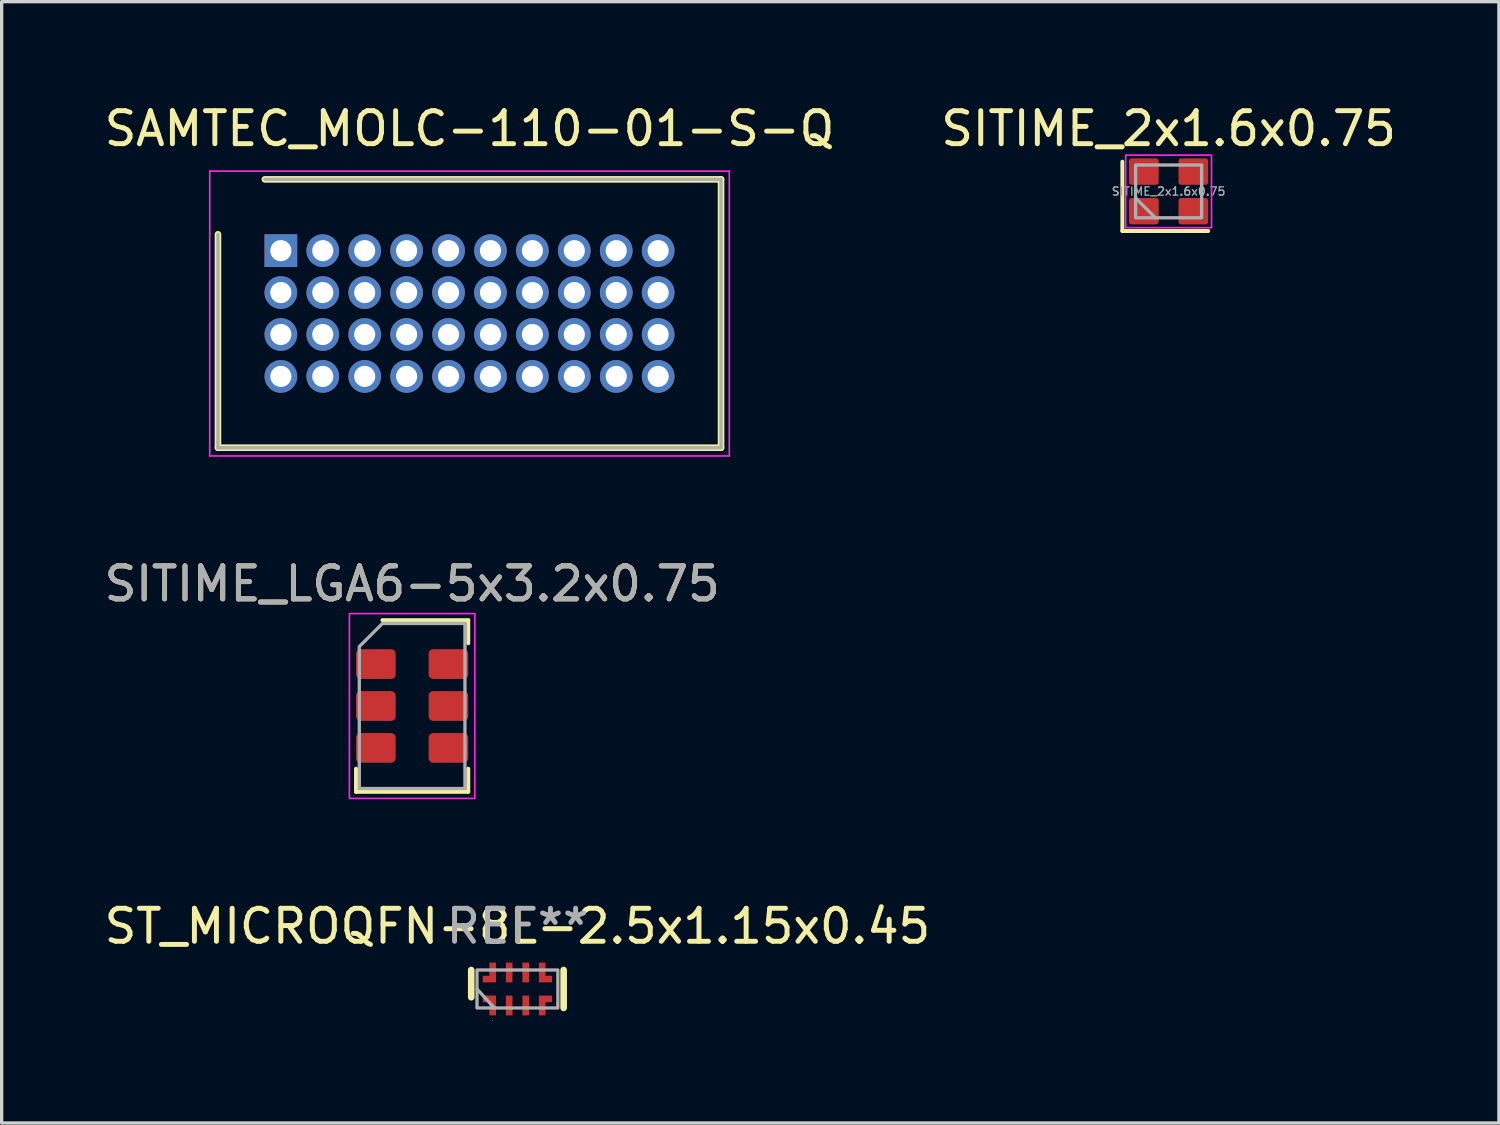
<source format=kicad_pcb>
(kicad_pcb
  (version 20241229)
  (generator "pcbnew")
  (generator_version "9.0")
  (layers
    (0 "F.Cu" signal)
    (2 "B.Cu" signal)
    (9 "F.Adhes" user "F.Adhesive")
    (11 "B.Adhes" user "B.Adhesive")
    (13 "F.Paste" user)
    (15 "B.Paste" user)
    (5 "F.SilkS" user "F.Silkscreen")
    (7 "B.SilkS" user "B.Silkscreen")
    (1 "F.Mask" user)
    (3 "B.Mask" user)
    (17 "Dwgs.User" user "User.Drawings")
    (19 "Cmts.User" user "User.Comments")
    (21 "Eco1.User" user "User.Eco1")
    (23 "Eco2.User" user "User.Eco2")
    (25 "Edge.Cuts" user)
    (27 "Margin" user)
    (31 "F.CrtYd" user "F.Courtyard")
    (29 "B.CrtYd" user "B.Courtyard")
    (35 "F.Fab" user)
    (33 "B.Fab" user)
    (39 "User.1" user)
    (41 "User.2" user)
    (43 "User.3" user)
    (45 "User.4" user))
  (footprint "SAMTEC_MOLC-110-01-S-Q"
    (layer "F.Cu")
    (at 11.173 6.448)
    (property "Reference" "SAMTEC_MOLC-110-01-S-Q" (at 0 -5.6 0) (layer "F.SilkS") (effects (font (size 1 1) (thickness 0.15))))
    (attr through_hole)
    (fp_line (start -7.62 4.065) (end -7.62 -2.4) (stroke (width 0.2) (type solid)) (layer "F.SilkS"))
    (fp_line (start -7.62 4.065) (end 7.62 4.065) (stroke (width 0.2) (type solid)) (layer "F.SilkS"))
    (fp_line (start -6.2 -4.065) (end 7.62 -4.065) (stroke (width 0.2) (type solid)) (layer "F.SilkS"))
    (fp_line (start 7.62 4.065) (end 7.62 -4.065) (stroke (width 0.2) (type solid)) (layer "F.SilkS"))
    (fp_line (start -7.87 -4.315) (end 7.87 -4.315) (stroke (width 0.05) (type solid)) (layer "F.CrtYd"))
    (fp_line (start -7.87 4.315) (end -7.87 -4.315) (stroke (width 0.05) (type solid)) (layer "F.CrtYd"))
    (fp_line (start 7.87 -4.315) (end 7.87 4.315) (stroke (width 0.05) (type solid)) (layer "F.CrtYd"))
    (fp_line (start 7.87 4.315) (end -7.87 4.315) (stroke (width 0.05) (type solid)) (layer "F.CrtYd"))
    (fp_line (start -7.62 4.065) (end -7.62 -2.4) (stroke (width 0.1) (type solid)) (layer "F.Fab"))
    (fp_line (start -6.2 -4.065) (end 7.62 -4.065) (stroke (width 0.1) (type solid)) (layer "F.Fab"))
    (fp_line (start 7.62 -4.065) (end 7.62 4.065) (stroke (width 0.1) (type solid)) (layer "F.Fab"))
    (fp_line (start 7.62 4.065) (end -7.62 4.065) (stroke (width 0.1) (type solid)) (layer "F.Fab"))
    (pad "A1" thru_hole rect (at -5.715 -1.905) (size 0.99 0.99) (drill 0.64) (layers "*.Cu" "*.Mask"))
    (pad "A2" thru_hole circle (at -4.445 -1.905) (size 0.99 0.99) (drill 0.64) (layers "*.Cu" "*.Mask"))
    (pad "A3" thru_hole circle (at -3.175 -1.905) (size 0.99 0.99) (drill 0.64) (layers "*.Cu" "*.Mask"))
    (pad "A4" thru_hole circle (at -1.905 -1.905) (size 0.99 0.99) (drill 0.64) (layers "*.Cu" "*.Mask"))
    (pad "A5" thru_hole circle (at -0.635 -1.905) (size 0.99 0.99) (drill 0.64) (layers "*.Cu" "*.Mask"))
    (pad "A6" thru_hole circle (at 0.635 -1.905) (size 0.99 0.99) (drill 0.64) (layers "*.Cu" "*.Mask"))
    (pad "A7" thru_hole circle (at 1.905 -1.905) (size 0.99 0.99) (drill 0.64) (layers "*.Cu" "*.Mask"))
    (pad "A8" thru_hole circle (at 3.175 -1.905) (size 0.99 0.99) (drill 0.64) (layers "*.Cu" "*.Mask"))
    (pad "A9" thru_hole circle (at 4.445 -1.905) (size 0.99 0.99) (drill 0.64) (layers "*.Cu" "*.Mask"))
    (pad "A10" thru_hole circle (at 5.715 -1.905) (size 0.99 0.99) (drill 0.64) (layers "*.Cu" "*.Mask"))
    (pad "B1" thru_hole circle (at -5.715 -0.635) (size 0.99 0.99) (drill 0.64) (layers "*.Cu" "*.Mask"))
    (pad "B2" thru_hole circle (at -4.445 -0.635) (size 0.99 0.99) (drill 0.64) (layers "*.Cu" "*.Mask"))
    (pad "B3" thru_hole circle (at -3.175 -0.635) (size 0.99 0.99) (drill 0.64) (layers "*.Cu" "*.Mask"))
    (pad "B4" thru_hole circle (at -1.905 -0.635) (size 0.99 0.99) (drill 0.64) (layers "*.Cu" "*.Mask"))
    (pad "B5" thru_hole circle (at -0.635 -0.635) (size 0.99 0.99) (drill 0.64) (layers "*.Cu" "*.Mask"))
    (pad "B6" thru_hole circle (at 0.635 -0.635) (size 0.99 0.99) (drill 0.64) (layers "*.Cu" "*.Mask"))
    (pad "B7" thru_hole circle (at 1.905 -0.635) (size 0.99 0.99) (drill 0.64) (layers "*.Cu" "*.Mask"))
    (pad "B8" thru_hole circle (at 3.175 -0.635) (size 0.99 0.99) (drill 0.64) (layers "*.Cu" "*.Mask"))
    (pad "B9" thru_hole circle (at 4.445 -0.635) (size 0.99 0.99) (drill 0.64) (layers "*.Cu" "*.Mask"))
    (pad "B10" thru_hole circle (at 5.715 -0.635) (size 0.99 0.99) (drill 0.64) (layers "*.Cu" "*.Mask"))
    (pad "C1" thru_hole circle (at -5.715 0.635) (size 0.99 0.99) (drill 0.64) (layers "*.Cu" "*.Mask"))
    (pad "C2" thru_hole circle (at -4.445 0.635) (size 0.99 0.99) (drill 0.64) (layers "*.Cu" "*.Mask"))
    (pad "C3" thru_hole circle (at -3.175 0.635) (size 0.99 0.99) (drill 0.64) (layers "*.Cu" "*.Mask"))
    (pad "C4" thru_hole circle (at -1.905 0.635) (size 0.99 0.99) (drill 0.64) (layers "*.Cu" "*.Mask"))
    (pad "C5" thru_hole circle (at -0.635 0.635) (size 0.99 0.99) (drill 0.64) (layers "*.Cu" "*.Mask"))
    (pad "C6" thru_hole circle (at 0.635 0.635) (size 0.99 0.99) (drill 0.64) (layers "*.Cu" "*.Mask"))
    (pad "C7" thru_hole circle (at 1.905 0.635) (size 0.99 0.99) (drill 0.64) (layers "*.Cu" "*.Mask"))
    (pad "C8" thru_hole circle (at 3.175 0.635) (size 0.99 0.99) (drill 0.64) (layers "*.Cu" "*.Mask"))
    (pad "C9" thru_hole circle (at 4.445 0.635) (size 0.99 0.99) (drill 0.64) (layers "*.Cu" "*.Mask"))
    (pad "C10" thru_hole circle (at 5.715 0.635) (size 0.99 0.99) (drill 0.64) (layers "*.Cu" "*.Mask"))
    (pad "D1" thru_hole circle (at -5.715 1.905) (size 0.99 0.99) (drill 0.64) (layers "*.Cu" "*.Mask"))
    (pad "D2" thru_hole circle (at -4.445 1.905) (size 0.99 0.99) (drill 0.64) (layers "*.Cu" "*.Mask"))
    (pad "D3" thru_hole circle (at -3.175 1.905) (size 0.99 0.99) (drill 0.64) (layers "*.Cu" "*.Mask"))
    (pad "D4" thru_hole circle (at -1.905 1.905) (size 0.99 0.99) (drill 0.64) (layers "*.Cu" "*.Mask"))
    (pad "D5" thru_hole circle (at -0.635 1.905) (size 0.99 0.99) (drill 0.64) (layers "*.Cu" "*.Mask"))
    (pad "D6" thru_hole circle (at 0.635 1.905) (size 0.99 0.99) (drill 0.64) (layers "*.Cu" "*.Mask"))
    (pad "D7" thru_hole circle (at 1.905 1.905) (size 0.99 0.99) (drill 0.64) (layers "*.Cu" "*.Mask"))
    (pad "D8" thru_hole circle (at 3.175 1.905) (size 0.99 0.99) (drill 0.64) (layers "*.Cu" "*.Mask"))
    (pad "D9" thru_hole circle (at 4.445 1.905) (size 0.99 0.99) (drill 0.64) (layers "*.Cu" "*.Mask"))
    (pad "D10" thru_hole circle (at 5.715 1.905) (size 0.99 0.99) (drill 0.64) (layers "*.Cu" "*.Mask")))
  (footprint "SITIME_2x1.6x0.75"
    (layer "F.Cu")
    (at 32.351 2.748)
    (property "Reference" "SITIME_2x1.6x0.75" (at 0 -1.9 0) (unlocked yes) (layer "F.SilkS") (effects (font (size 1 1) (thickness 0.15))))
    (attr smd)
    (fp_line (start -1.4 -0.9) (end -1.4 1.2) (stroke (width 0.12) (type solid)) (layer "F.SilkS"))
    (fp_line (start -1.4 1.2) (end 1.2 1.2) (stroke (width 0.12) (type solid)) (layer "F.SilkS"))
    (fp_rect (start -1.3 -1.1) (end 1.3 1.1) (stroke (width 0.05) (type solid)) (fill no) (layer "F.CrtYd"))
    (fp_line (start -1 0.2) (end -0.4 0.8) (stroke (width 0.1) (type solid)) (layer "F.Fab"))
    (fp_rect (start -1 -0.8) (end 1 0.8) (stroke (width 0.1) (type solid)) (fill no) (layer "F.Fab"))
    (fp_text user "${REFERENCE}" (at 0 0 0) (unlocked yes) (layer "F.Fab") (effects (font (size 0.25 0.25) (thickness 0.04))))
    (pad "1" smd roundrect (at -0.75 0.6) (size 0.9 0.8) (layers "F.Cu" "F.Mask" "F.Paste") (roundrect_rratio 0.1))
    (pad "2" smd roundrect (at 0.75 0.6) (size 0.9 0.8) (layers "F.Cu" "F.Mask" "F.Paste") (roundrect_rratio 0.1))
    (pad "3" smd roundrect (at 0.75 -0.6) (size 0.9 0.8) (layers "F.Cu" "F.Mask" "F.Paste") (roundrect_rratio 0.1))
    (pad "4" smd roundrect (at -0.75 -0.6) (size 0.9 0.8) (layers "F.Cu" "F.Mask" "F.Paste") (roundrect_rratio 0.1)))
  (footprint "ST_MICROQFN-8L-2.5x1.15x0.45"
    (layer "F.Cu")
    (at 12.625 26.91)
    (property "Reference" "ST_MICROQFN-8L-2.5x1.15x0.45" (at 0 -1.9 0) (layer "F.SilkS") (effects (font (size 1 1) (thickness 0.15))))
    (attr smd)
    (fp_line (start -1.4 -0.575) (end -1.4 0.25) (stroke (width 0.2) (type solid)) (layer "F.SilkS"))
    (fp_line (start -0.76 0.955) (end -0.76 0.955) (stroke (width 0.01) (type solid)) (layer "F.SilkS"))
    (fp_line (start -0.75 0.955) (end -0.75 0.955) (stroke (width 0.01) (type solid)) (layer "F.SilkS"))
    (fp_line (start 1.4 -0.575) (end 1.4 0.575) (stroke (width 0.2) (type solid)) (layer "F.SilkS"))
    (fp_arc (start -0.76 0.955) (mid -0.755 0.95) (end -0.75 0.955) (stroke (width 0.0102) (type solid)) (layer "F.SilkS"))
    (fp_arc (start -0.75 0.955) (mid -0.755 0.96) (end -0.76 0.955) (stroke (width 0.0102) (type solid)) (layer "F.SilkS"))
    (fp_rect (start -1.6 -1) (end 1.6 1) (stroke (width 0.12) (type solid)) (fill no) (layer "Margin"))
    (fp_line (start -1.225 0) (end -0.7 0.575) (stroke (width 0.1) (type solid)) (layer "F.Fab"))
    (fp_rect (start -1.225 0.575) (end 1.225 -0.575) (stroke (width 0.1) (type solid)) (fill no) (layer "F.Fab"))
    (fp_text user "REF**" (at 0 -1.9 0) (layer "F.Fab") (effects (font (size 1 1) (thickness 0.15))))
    (pad "1" smd custom (at -0.75 0.5) (size 0.2 0.6) (layers "F.Cu" "F.Mask" "F.Paste") (options (anchor rect)) (primitives (gr_poly (pts (xy 0.1 0.3) (xy -0.1 0.3) (xy -0.1 -0.1) (xy -0.3 -0.1) (xy -0.3 -0.3) (xy 0.1 -0.3)) (width 0) (fill yes))))
    (pad "2" smd rect (at -0.25 0.5) (size 0.2 0.6) (layers "F.Cu" "F.Mask" "F.Paste"))
    (pad "3" smd rect (at 0.25 0.5) (size 0.2 0.6) (layers "F.Cu" "F.Mask" "F.Paste"))
    (pad "4" smd custom (at 0.75 0.5) (size 0.2 0.6) (layers "F.Cu" "F.Mask" "F.Paste") (options (anchor rect)) (primitives (gr_poly (pts (xy 0.3 -0.1) (xy 0.1 -0.1) (xy 0.1 0.3) (xy -0.1 0.3) (xy -0.1 -0.3) (xy 0.3 -0.3)) (width 0) (fill yes))))
    (pad "5" smd custom (at 0.75 -0.5 180) (size 0.2 0.6) (layers "F.Cu" "F.Mask" "F.Paste") (options (anchor rect)) (primitives (gr_poly (pts (xy 0.1 0.3) (xy -0.1 0.3) (xy -0.1 -0.1) (xy -0.3 -0.1) (xy -0.3 -0.3) (xy 0.1 -0.3)) (width 0) (fill yes))))
    (pad "6" smd rect (at 0.25 -0.5) (size 0.2 0.6) (layers "F.Cu" "F.Mask" "F.Paste"))
    (pad "7" smd rect (at -0.25 -0.5) (size 0.2 0.6) (layers "F.Cu" "F.Mask" "F.Paste"))
    (pad "8" smd custom (at -0.75 -0.5 180) (size 0.2 0.6) (layers "F.Cu" "F.Mask" "F.Paste") (options (anchor rect)) (primitives (gr_poly (pts (xy 0.3 -0.1) (xy 0.1 -0.1) (xy 0.1 0.3) (xy -0.1 0.3) (xy -0.1 -0.3) (xy 0.3 -0.3)) (width 0) (fill yes)))))
  (footprint "SITIME_LGA6-5x3.2x0.75"
    (layer "F.Cu")
    (at 9.435 18.337)
    (property "Reference" "SITIME_LGA6-5x3.2x0.75" (at 0 -3.7 0) (unlocked yes) (layer "F.SilkS") (effects (font (size 1 1) (thickness 0.15))))
    (attr smd)
    (fp_line (start -1.7 1.9) (end -1.7 2.6) (stroke (width 0.12) (type solid)) (layer "F.SilkS"))
    (fp_line (start -1.7 2.6) (end 1.7 2.6) (stroke (width 0.12) (type solid)) (layer "F.SilkS"))
    (fp_line (start 1.7 -2.6) (end -0.9 -2.6) (stroke (width 0.12) (type solid)) (layer "F.SilkS"))
    (fp_line (start 1.7 -1.9) (end 1.7 -2.6) (stroke (width 0.12) (type solid)) (layer "F.SilkS"))
    (fp_line (start 1.7 2.6) (end 1.7 1.9) (stroke (width 0.12) (type solid)) (layer "F.SilkS"))
    (fp_rect (start -1.9 -2.8) (end 1.9 2.8) (stroke (width 0.05) (type solid)) (fill no) (layer "F.CrtYd"))
    (fp_poly (pts (xy 1.6 2.5) (xy -1.6 2.5) (xy -1.6 -1.8) (xy -0.9 -2.5) (xy 1.6 -2.5)) (stroke (width 0.1) (type solid)) (fill no) (layer "F.Fab"))
    (fp_text user "${REFERENCE}" (at 0 -3.7 0) (unlocked yes) (layer "F.Fab") (effects (font (size 1 1) (thickness 0.15))))
    (pad "1" smd roundrect (at -1.1 -1.27 90) (size 0.9 1.2) (layers "F.Cu" "F.Mask" "F.Paste") (roundrect_rratio 0.15))
    (pad "2" smd roundrect (at -1.1 0 90) (size 0.9 1.2) (layers "F.Cu" "F.Mask" "F.Paste") (roundrect_rratio 0.15))
    (pad "3" smd roundrect (at -1.1 1.27 90) (size 0.9 1.2) (layers "F.Cu" "F.Mask" "F.Paste") (roundrect_rratio 0.15))
    (pad "4" smd roundrect (at 1.1 1.27 90) (size 0.9 1.2) (layers "F.Cu" "F.Mask" "F.Paste") (roundrect_rratio 0.15))
    (pad "5" smd roundrect (at 1.1 0 90) (size 0.9 1.2) (layers "F.Cu" "F.Mask" "F.Paste") (roundrect_rratio 0.15))
    (pad "6" smd roundrect (at 1.1 -1.27 90) (size 0.9 1.2) (layers "F.Cu" "F.Mask" "F.Paste") (roundrect_rratio 0.15)))
  (gr_rect
    (start -3 -3)
    (end 42.357 30.97)
    (stroke (width 0.1) (type default))
    (fill no)
    (layer "Edge.Cuts")))
</source>
